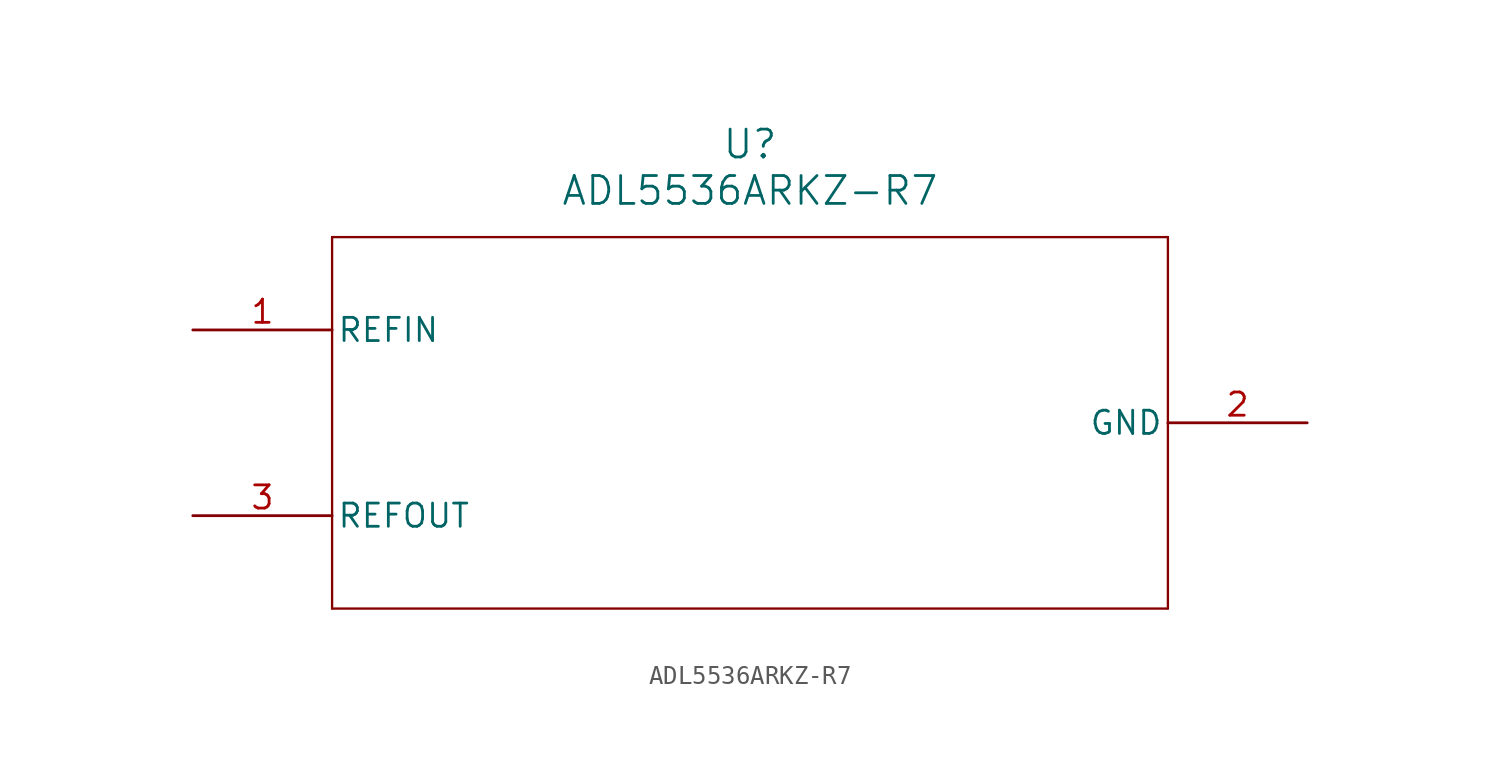
<source format=kicad_sym>
(kicad_symbol_lib
  (version 20211014)
  (generator kicad_symbol_editor)
  (symbol "ADL5536ARKZ-R7"
    (pin_names
      (offset 0.254))
    (property "Reference" "U"
      (at 30.48 10.16 0)
      (effects (font (size 1.524 1.524))))
    (property "Value" "ADL5536ARKZ-R7"
      (at 30.48 7.62 0)
      (effects (font (size 1.524 1.524))))
    (symbol "ADL5536ARKZ-R7_0_1"
      (polyline (pts (xy 7.62 5.08) (xy 7.62 -15.24)) (stroke (width 0.127) (type default) (color 0 0 0 0)) (fill (type none)))
      (polyline (pts (xy 7.62 -15.24) (xy 53.34 -15.24)) (stroke (width 0.127) (type default) (color 0 0 0 0)) (fill (type none)))
      (polyline (pts (xy 53.34 -15.24) (xy 53.34 5.08)) (stroke (width 0.127) (type default) (color 0 0 0 0)) (fill (type none)))
      (polyline (pts (xy 53.34 5.08) (xy 7.62 5.08)) (stroke (width 0.127) (type default) (color 0 0 0 0)) (fill (type none)))
      (pin unspecified line (at 60.96 -5.08 180) (length 7.62) (name "GND" (effects (font (size 1.27 1.27)))) (number "2" (effects (font (size 1.27 1.27)))))
      (pin unspecified line (at 0 0 0) (length 7.62) (name "REFIN" (effects (font (size 1.27 1.27)))) (number "1" (effects (font (size 1.27 1.27)))))
      (pin unspecified line (at 0 -10.16 0) (length 7.62) (name "REFOUT" (effects (font (size 1.27 1.27)))) (number "3" (effects (font (size 1.27 1.27))))))))
</source>
